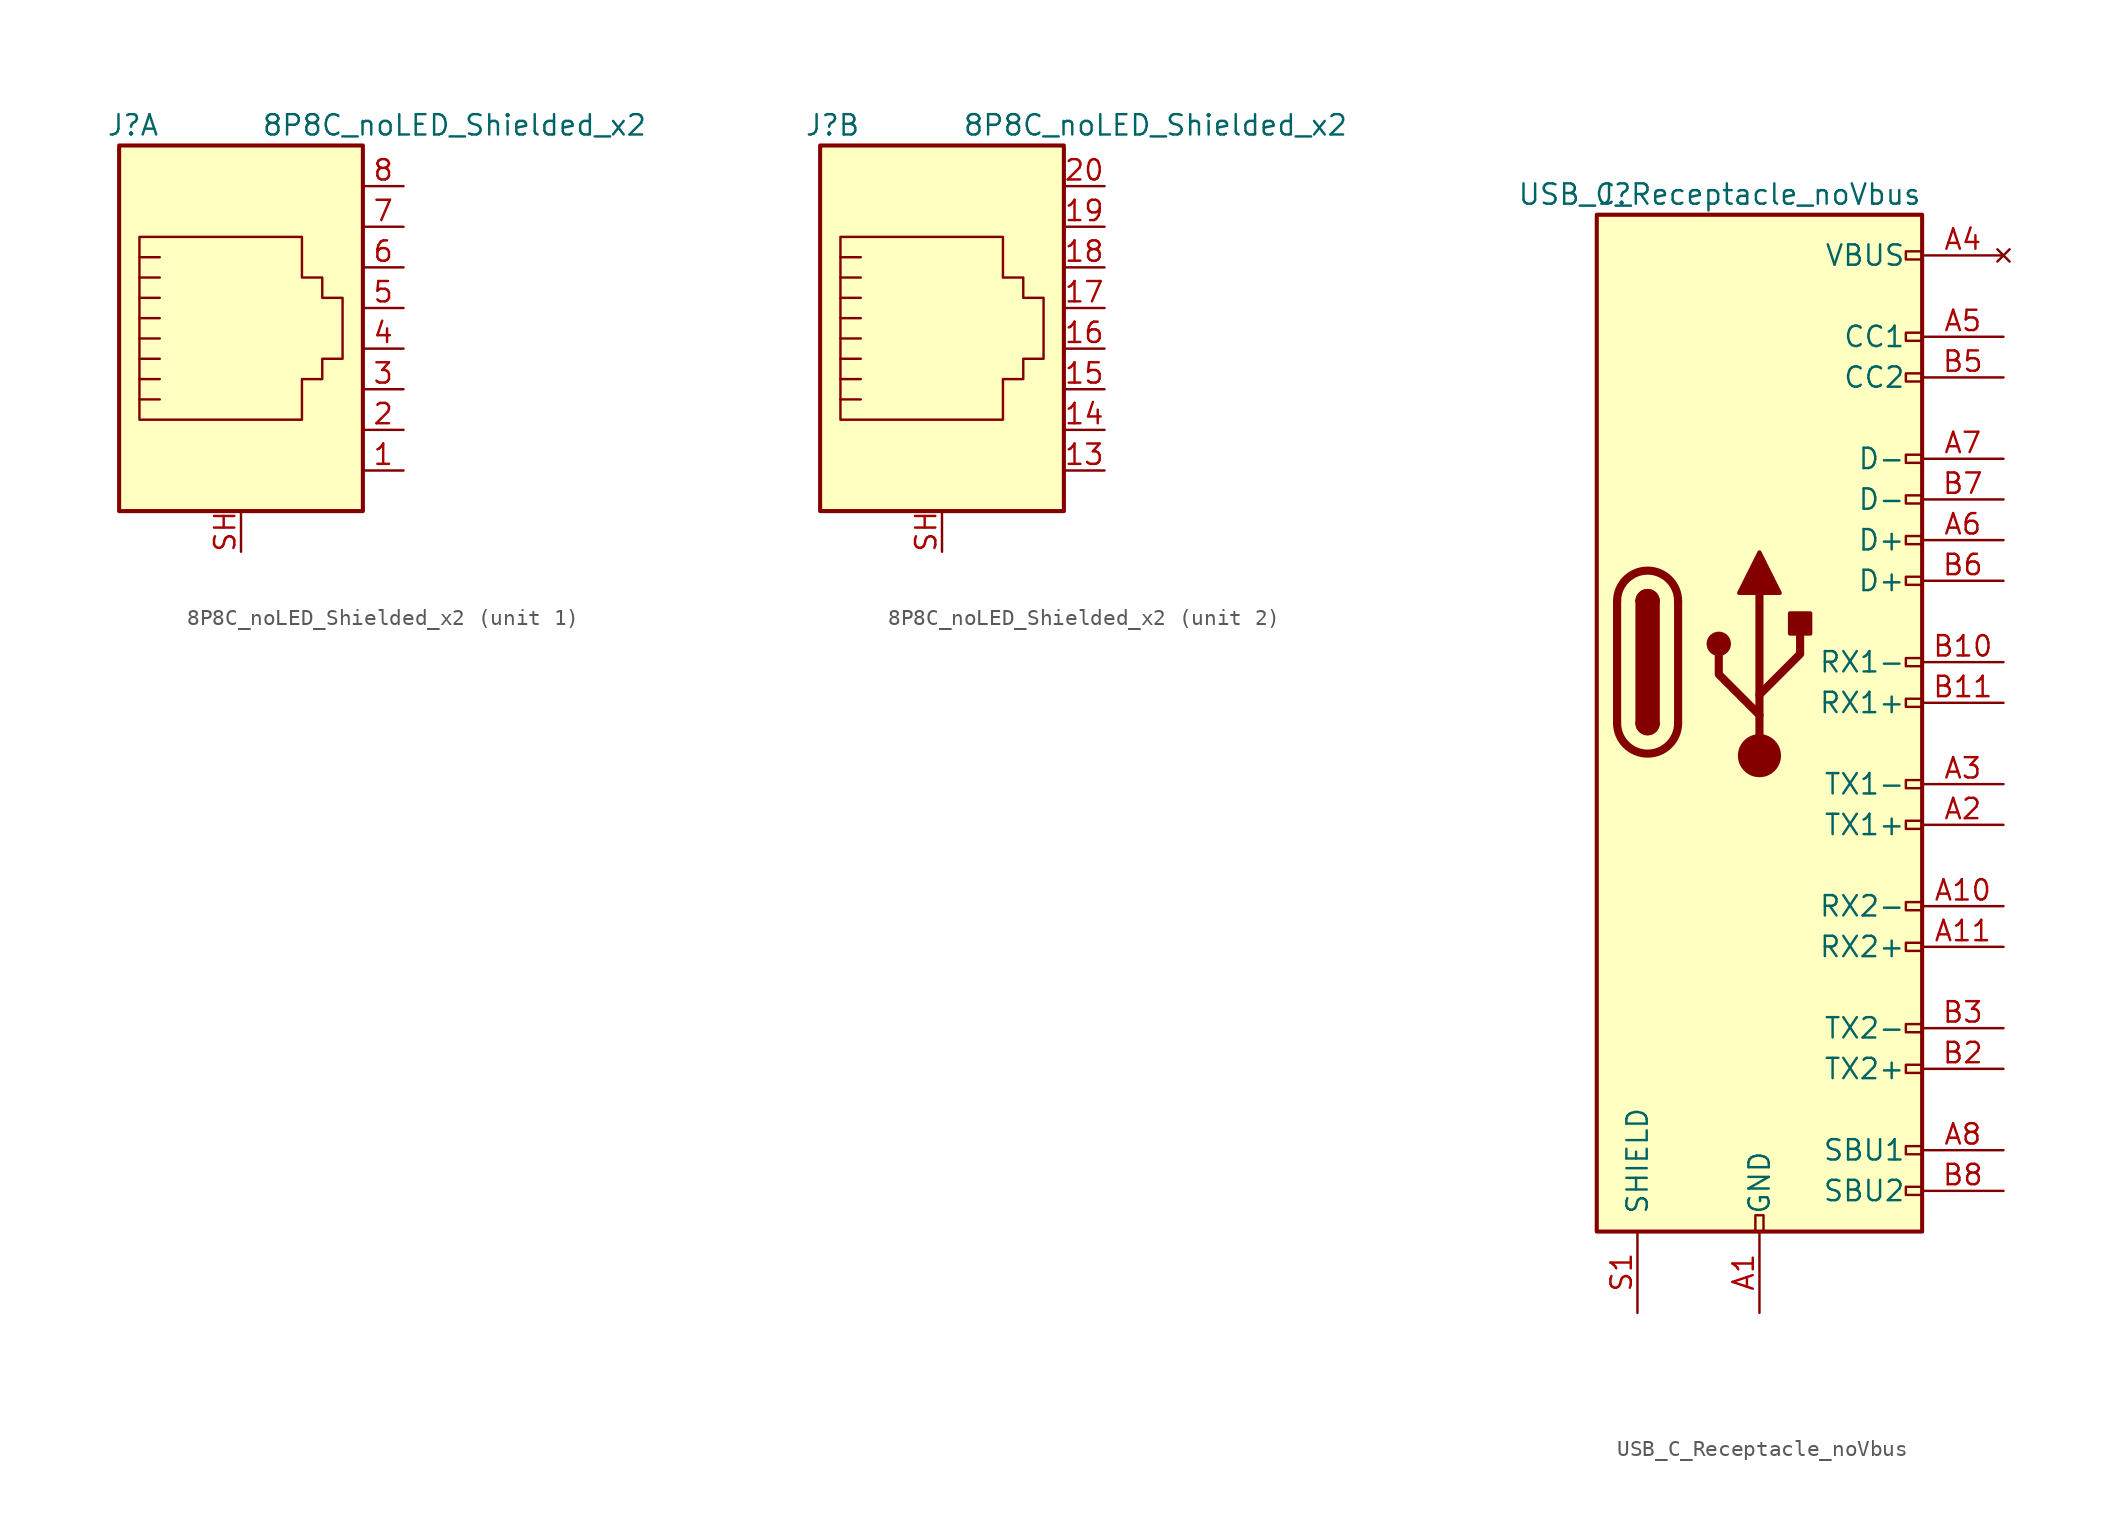
<source format=kicad_sym>
(kicad_symbol_lib
  (version 20211014)
  (generator kicad_symbol_editor)
  (symbol "8P8C_noLED_Shielded_x2"
    (property "Reference" "J"
      (at -5.08 13.97 0)
      (effects (font (size 1.27 1.27)) (justify right)))
    (property "Value" "8P8C_noLED_Shielded_x2"
      (at 1.27 13.97 0)
      (effects (font (size 1.27 1.27)) (justify left)))
    (symbol "8P8C_noLED_Shielded_x2_0_1"
      (polyline (pts (xy -5.08 4.445) (xy -6.35 4.445)) (stroke (width 0) (type default) (color 0 0 0 0)) (fill (type none)))
      (polyline (pts (xy -5.08 5.715) (xy -6.35 5.715)) (stroke (width 0) (type default) (color 0 0 0 0)) (fill (type none)))
      (polyline (pts (xy -6.35 -3.175) (xy -5.08 -3.175) (xy -5.08 -3.175)) (stroke (width 0) (type default) (color 0 0 0 0)) (fill (type none)))
      (polyline (pts (xy -6.35 -1.905) (xy -5.08 -1.905) (xy -5.08 -1.905)) (stroke (width 0) (type default) (color 0 0 0 0)) (fill (type none)))
      (polyline (pts (xy -6.35 -0.635) (xy -5.08 -0.635) (xy -5.08 -0.635)) (stroke (width 0) (type default) (color 0 0 0 0)) (fill (type none)))
      (polyline (pts (xy -6.35 0.635) (xy -5.08 0.635) (xy -5.08 0.635)) (stroke (width 0) (type default) (color 0 0 0 0)) (fill (type none)))
      (polyline (pts (xy -6.35 1.905) (xy -5.08 1.905) (xy -5.08 1.905)) (stroke (width 0) (type default) (color 0 0 0 0)) (fill (type none)))
      (polyline (pts (xy -5.08 3.175) (xy -6.35 3.175) (xy -6.35 3.175)) (stroke (width 0) (type default) (color 0 0 0 0)) (fill (type none)))
      (polyline (pts (xy -6.35 -4.445) (xy -6.35 6.985) (xy 3.81 6.985) (xy 3.81 4.445) (xy 5.08 4.445) (xy 5.08 3.175) (xy 6.35 3.175) (xy 6.35 -0.635) (xy 5.08 -0.635) (xy 5.08 -1.905) (xy 3.81 -1.905) (xy 3.81 -4.445) (xy -6.35 -4.445) (xy -6.35 -4.445)) (stroke (width 0) (type default) (color 0 0 0 0)) (fill (type none)))
      (rectangle (start 7.62 12.7) (end -7.62 -10.16) (stroke (width 0.254) (type default) (color 0 0 0 0)) (fill (type background))))
    (symbol "8P8C_noLED_Shielded_x2_1_1"
      (pin passive line (at 10.16 -7.62 180) (length 2.54) (name "~" (effects (font (size 1.27 1.27)))) (number "1" (effects (font (size 1.27 1.27)))))
      (pin passive line (at 10.16 -5.08 180) (length 2.54) (name "~" (effects (font (size 1.27 1.27)))) (number "2" (effects (font (size 1.27 1.27)))))
      (pin passive line (at 10.16 -2.54 180) (length 2.54) (name "~" (effects (font (size 1.27 1.27)))) (number "3" (effects (font (size 1.27 1.27)))))
      (pin passive line (at 10.16 0 180) (length 2.54) (name "~" (effects (font (size 1.27 1.27)))) (number "4" (effects (font (size 1.27 1.27)))))
      (pin passive line (at 10.16 2.54 180) (length 2.54) (name "~" (effects (font (size 1.27 1.27)))) (number "5" (effects (font (size 1.27 1.27)))))
      (pin passive line (at 10.16 5.08 180) (length 2.54) (name "~" (effects (font (size 1.27 1.27)))) (number "6" (effects (font (size 1.27 1.27)))))
      (pin passive line (at 10.16 7.62 180) (length 2.54) (name "~" (effects (font (size 1.27 1.27)))) (number "7" (effects (font (size 1.27 1.27)))))
      (pin passive line (at 10.16 10.16 180) (length 2.54) (name "~" (effects (font (size 1.27 1.27)))) (number "8" (effects (font (size 1.27 1.27)))))
      (pin passive line (at 0 -12.7 90) (length 2.54) (name "~" (effects (font (size 1.27 1.27)))) (number "SH" (effects (font (size 1.27 1.27))))))
    (symbol "8P8C_noLED_Shielded_x2_2_1"
      (pin passive line (at 10.16 -7.62 180) (length 2.54) (name "~" (effects (font (size 1.27 1.27)))) (number "13" (effects (font (size 1.27 1.27)))))
      (pin passive line (at 10.16 -5.08 180) (length 2.54) (name "~" (effects (font (size 1.27 1.27)))) (number "14" (effects (font (size 1.27 1.27)))))
      (pin passive line (at 10.16 -2.54 180) (length 2.54) (name "~" (effects (font (size 1.27 1.27)))) (number "15" (effects (font (size 1.27 1.27)))))
      (pin passive line (at 10.16 0 180) (length 2.54) (name "~" (effects (font (size 1.27 1.27)))) (number "16" (effects (font (size 1.27 1.27)))))
      (pin passive line (at 10.16 2.54 180) (length 2.54) (name "~" (effects (font (size 1.27 1.27)))) (number "17" (effects (font (size 1.27 1.27)))))
      (pin passive line (at 10.16 5.08 180) (length 2.54) (name "~" (effects (font (size 1.27 1.27)))) (number "18" (effects (font (size 1.27 1.27)))))
      (pin passive line (at 10.16 7.62 180) (length 2.54) (name "~" (effects (font (size 1.27 1.27)))) (number "19" (effects (font (size 1.27 1.27)))))
      (pin passive line (at 10.16 10.16 180) (length 2.54) (name "~" (effects (font (size 1.27 1.27)))) (number "20" (effects (font (size 1.27 1.27)))))
      (pin passive line (at 0 -12.7 90) (length 2.54) (name "~" (effects (font (size 1.27 1.27)))) (number "SH" (effects (font (size 1.27 1.27)))))))
  (symbol "USB_C_Receptacle_noVbus"
    (pin_names
      (offset 1.016))
    (property "Reference" "J"
      (at -10.16 29.21 0)
      (effects (font (size 1.27 1.27)) (justify left)))
    (property "Value" "USB_C_Receptacle_noVbus"
      (at 10.16 29.21 0)
      (effects (font (size 1.27 1.27)) (justify right)))
    (symbol "USB_C_Receptacle_noVbus_0_0"
      (rectangle (start -0.254 -35.56) (end 0.254 -34.544) (stroke (width 0) (type default) (color 0 0 0 0)) (fill (type none)))
      (rectangle (start 10.16 -32.766) (end 9.144 -33.274) (stroke (width 0) (type default) (color 0 0 0 0)) (fill (type none)))
      (rectangle (start 10.16 -30.226) (end 9.144 -30.734) (stroke (width 0) (type default) (color 0 0 0 0)) (fill (type none)))
      (rectangle (start 10.16 -25.146) (end 9.144 -25.654) (stroke (width 0) (type default) (color 0 0 0 0)) (fill (type none)))
      (rectangle (start 10.16 -22.606) (end 9.144 -23.114) (stroke (width 0) (type default) (color 0 0 0 0)) (fill (type none)))
      (rectangle (start 10.16 -17.526) (end 9.144 -18.034) (stroke (width 0) (type default) (color 0 0 0 0)) (fill (type none)))
      (rectangle (start 10.16 -14.986) (end 9.144 -15.494) (stroke (width 0) (type default) (color 0 0 0 0)) (fill (type none)))
      (rectangle (start 10.16 -9.906) (end 9.144 -10.414) (stroke (width 0) (type default) (color 0 0 0 0)) (fill (type none)))
      (rectangle (start 10.16 -7.366) (end 9.144 -7.874) (stroke (width 0) (type default) (color 0 0 0 0)) (fill (type none)))
      (rectangle (start 10.16 -2.286) (end 9.144 -2.794) (stroke (width 0) (type default) (color 0 0 0 0)) (fill (type none)))
      (rectangle (start 10.16 0.254) (end 9.144 -0.254) (stroke (width 0) (type default) (color 0 0 0 0)) (fill (type none)))
      (rectangle (start 10.16 5.334) (end 9.144 4.826) (stroke (width 0) (type default) (color 0 0 0 0)) (fill (type none)))
      (rectangle (start 10.16 7.874) (end 9.144 7.366) (stroke (width 0) (type default) (color 0 0 0 0)) (fill (type none)))
      (rectangle (start 10.16 10.414) (end 9.144 9.906) (stroke (width 0) (type default) (color 0 0 0 0)) (fill (type none)))
      (rectangle (start 10.16 12.954) (end 9.144 12.446) (stroke (width 0) (type default) (color 0 0 0 0)) (fill (type none)))
      (rectangle (start 10.16 18.034) (end 9.144 17.526) (stroke (width 0) (type default) (color 0 0 0 0)) (fill (type none)))
      (rectangle (start 10.16 20.574) (end 9.144 20.066) (stroke (width 0) (type default) (color 0 0 0 0)) (fill (type none)))
      (rectangle (start 10.16 25.654) (end 9.144 25.146) (stroke (width 0) (type default) (color 0 0 0 0)) (fill (type none))))
    (symbol "USB_C_Receptacle_noVbus_0_1"
      (rectangle (start -10.16 27.94) (end 10.16 -35.56) (stroke (width 0.254) (type default) (color 0 0 0 0)) (fill (type background)))
      (arc (start -8.89 -3.81) (mid -6.985 -5.715) (end -5.08 -3.81) (stroke (width 0.508) (type default) (color 0 0 0 0)) (fill (type none)))
      (arc (start -7.62 -3.81) (mid -6.985 -4.445) (end -6.35 -3.81) (stroke (width 0.254) (type default) (color 0 0 0 0)) (fill (type none)))
      (arc (start -7.62 -3.81) (mid -6.985 -4.445) (end -6.35 -3.81) (stroke (width 0.254) (type default) (color 0 0 0 0)) (fill (type outline)))
      (rectangle (start -7.62 -3.81) (end -6.35 3.81) (stroke (width 0.254) (type default) (color 0 0 0 0)) (fill (type outline)))
      (arc (start -6.35 3.81) (mid -6.985 4.445) (end -7.62 3.81) (stroke (width 0.254) (type default) (color 0 0 0 0)) (fill (type none)))
      (arc (start -6.35 3.81) (mid -6.985 4.445) (end -7.62 3.81) (stroke (width 0.254) (type default) (color 0 0 0 0)) (fill (type outline)))
      (arc (start -5.08 3.81) (mid -6.985 5.715) (end -8.89 3.81) (stroke (width 0.508) (type default) (color 0 0 0 0)) (fill (type none)))
      (polyline (pts (xy -8.89 -3.81) (xy -8.89 3.81)) (stroke (width 0.508) (type default) (color 0 0 0 0)) (fill (type none)))
      (polyline (pts (xy -5.08 3.81) (xy -5.08 -3.81)) (stroke (width 0.508) (type default) (color 0 0 0 0)) (fill (type none))))
    (symbol "USB_C_Receptacle_noVbus_1_1"
      (circle (center -2.54 1.143) (radius 0.635) (stroke (width 0.254) (type default) (color 0 0 0 0)) (fill (type outline)))
      (circle (center 0 -5.842) (radius 1.27) (stroke (width 0) (type default) (color 0 0 0 0)) (fill (type outline)))
      (polyline (pts (xy 0 -5.842) (xy 0 4.318)) (stroke (width 0.508) (type default) (color 0 0 0 0)) (fill (type none)))
      (polyline (pts (xy 0 -3.302) (xy -2.54 -0.762) (xy -2.54 0.508)) (stroke (width 0.508) (type default) (color 0 0 0 0)) (fill (type none)))
      (polyline (pts (xy 0 -2.032) (xy 2.54 0.508) (xy 2.54 1.778)) (stroke (width 0.508) (type default) (color 0 0 0 0)) (fill (type none)))
      (polyline (pts (xy -1.27 4.318) (xy 0 6.858) (xy 1.27 4.318) (xy -1.27 4.318)) (stroke (width 0.254) (type default) (color 0 0 0 0)) (fill (type outline)))
      (rectangle (start 1.905 1.778) (end 3.175 3.048) (stroke (width 0.254) (type default) (color 0 0 0 0)) (fill (type outline)))
      (pin passive line (at 0 -40.64 90) (length 5.08) (name "GND" (effects (font (size 1.27 1.27)))) (number "A1" (effects (font (size 1.27 1.27)))))
      (pin bidirectional line (at 15.24 -15.24 180) (length 5.08) (name "RX2-" (effects (font (size 1.27 1.27)))) (number "A10" (effects (font (size 1.27 1.27)))))
      (pin bidirectional line (at 15.24 -17.78 180) (length 5.08) (name "RX2+" (effects (font (size 1.27 1.27)))) (number "A11" (effects (font (size 1.27 1.27)))))
      (pin passive line (at 0 -40.64 90) (length 5.08) hide (name "GND" (effects (font (size 1.27 1.27)))) (number "A12" (effects (font (size 1.27 1.27)))))
      (pin bidirectional line (at 15.24 -10.16 180) (length 5.08) (name "TX1+" (effects (font (size 1.27 1.27)))) (number "A2" (effects (font (size 1.27 1.27)))))
      (pin bidirectional line (at 15.24 -7.62 180) (length 5.08) (name "TX1-" (effects (font (size 1.27 1.27)))) (number "A3" (effects (font (size 1.27 1.27)))))
      (pin no_connect line (at 15.24 25.4 180) (length 5.08) (name "VBUS" (effects (font (size 1.27 1.27)))) (number "A4" (effects (font (size 1.27 1.27)))))
      (pin bidirectional line (at 15.24 20.32 180) (length 5.08) (name "CC1" (effects (font (size 1.27 1.27)))) (number "A5" (effects (font (size 1.27 1.27)))))
      (pin bidirectional line (at 15.24 7.62 180) (length 5.08) (name "D+" (effects (font (size 1.27 1.27)))) (number "A6" (effects (font (size 1.27 1.27)))))
      (pin bidirectional line (at 15.24 12.7 180) (length 5.08) (name "D-" (effects (font (size 1.27 1.27)))) (number "A7" (effects (font (size 1.27 1.27)))))
      (pin bidirectional line (at 15.24 -30.48 180) (length 5.08) (name "SBU1" (effects (font (size 1.27 1.27)))) (number "A8" (effects (font (size 1.27 1.27)))))
      (pin no_connect line (at -15.24 25.4 0) (length 5.08) hide (name "VBUS" (effects (font (size 1.27 1.27)))) (number "A9" (effects (font (size 1.27 1.27)))))
      (pin passive line (at 0 -40.64 90) (length 5.08) hide (name "GND" (effects (font (size 1.27 1.27)))) (number "B1" (effects (font (size 1.27 1.27)))))
      (pin bidirectional line (at 15.24 0 180) (length 5.08) (name "RX1-" (effects (font (size 1.27 1.27)))) (number "B10" (effects (font (size 1.27 1.27)))))
      (pin bidirectional line (at 15.24 -2.54 180) (length 5.08) (name "RX1+" (effects (font (size 1.27 1.27)))) (number "B11" (effects (font (size 1.27 1.27)))))
      (pin passive line (at 0 -40.64 90) (length 5.08) hide (name "GND" (effects (font (size 1.27 1.27)))) (number "B12" (effects (font (size 1.27 1.27)))))
      (pin bidirectional line (at 15.24 -25.4 180) (length 5.08) (name "TX2+" (effects (font (size 1.27 1.27)))) (number "B2" (effects (font (size 1.27 1.27)))))
      (pin bidirectional line (at 15.24 -22.86 180) (length 5.08) (name "TX2-" (effects (font (size 1.27 1.27)))) (number "B3" (effects (font (size 1.27 1.27)))))
      (pin no_connect line (at -15.24 22.86 0) (length 5.08) hide (name "VBUS" (effects (font (size 1.27 1.27)))) (number "B4" (effects (font (size 1.27 1.27)))))
      (pin bidirectional line (at 15.24 17.78 180) (length 5.08) (name "CC2" (effects (font (size 1.27 1.27)))) (number "B5" (effects (font (size 1.27 1.27)))))
      (pin bidirectional line (at 15.24 5.08 180) (length 5.08) (name "D+" (effects (font (size 1.27 1.27)))) (number "B6" (effects (font (size 1.27 1.27)))))
      (pin bidirectional line (at 15.24 10.16 180) (length 5.08) (name "D-" (effects (font (size 1.27 1.27)))) (number "B7" (effects (font (size 1.27 1.27)))))
      (pin bidirectional line (at 15.24 -33.02 180) (length 5.08) (name "SBU2" (effects (font (size 1.27 1.27)))) (number "B8" (effects (font (size 1.27 1.27)))))
      (pin no_connect line (at -15.24 20.32 0) (length 5.08) hide (name "VBUS" (effects (font (size 1.27 1.27)))) (number "B9" (effects (font (size 1.27 1.27)))))
      (pin passive line (at -7.62 -40.64 90) (length 5.08) (name "SHIELD" (effects (font (size 1.27 1.27)))) (number "S1" (effects (font (size 1.27 1.27))))))))
</source>
